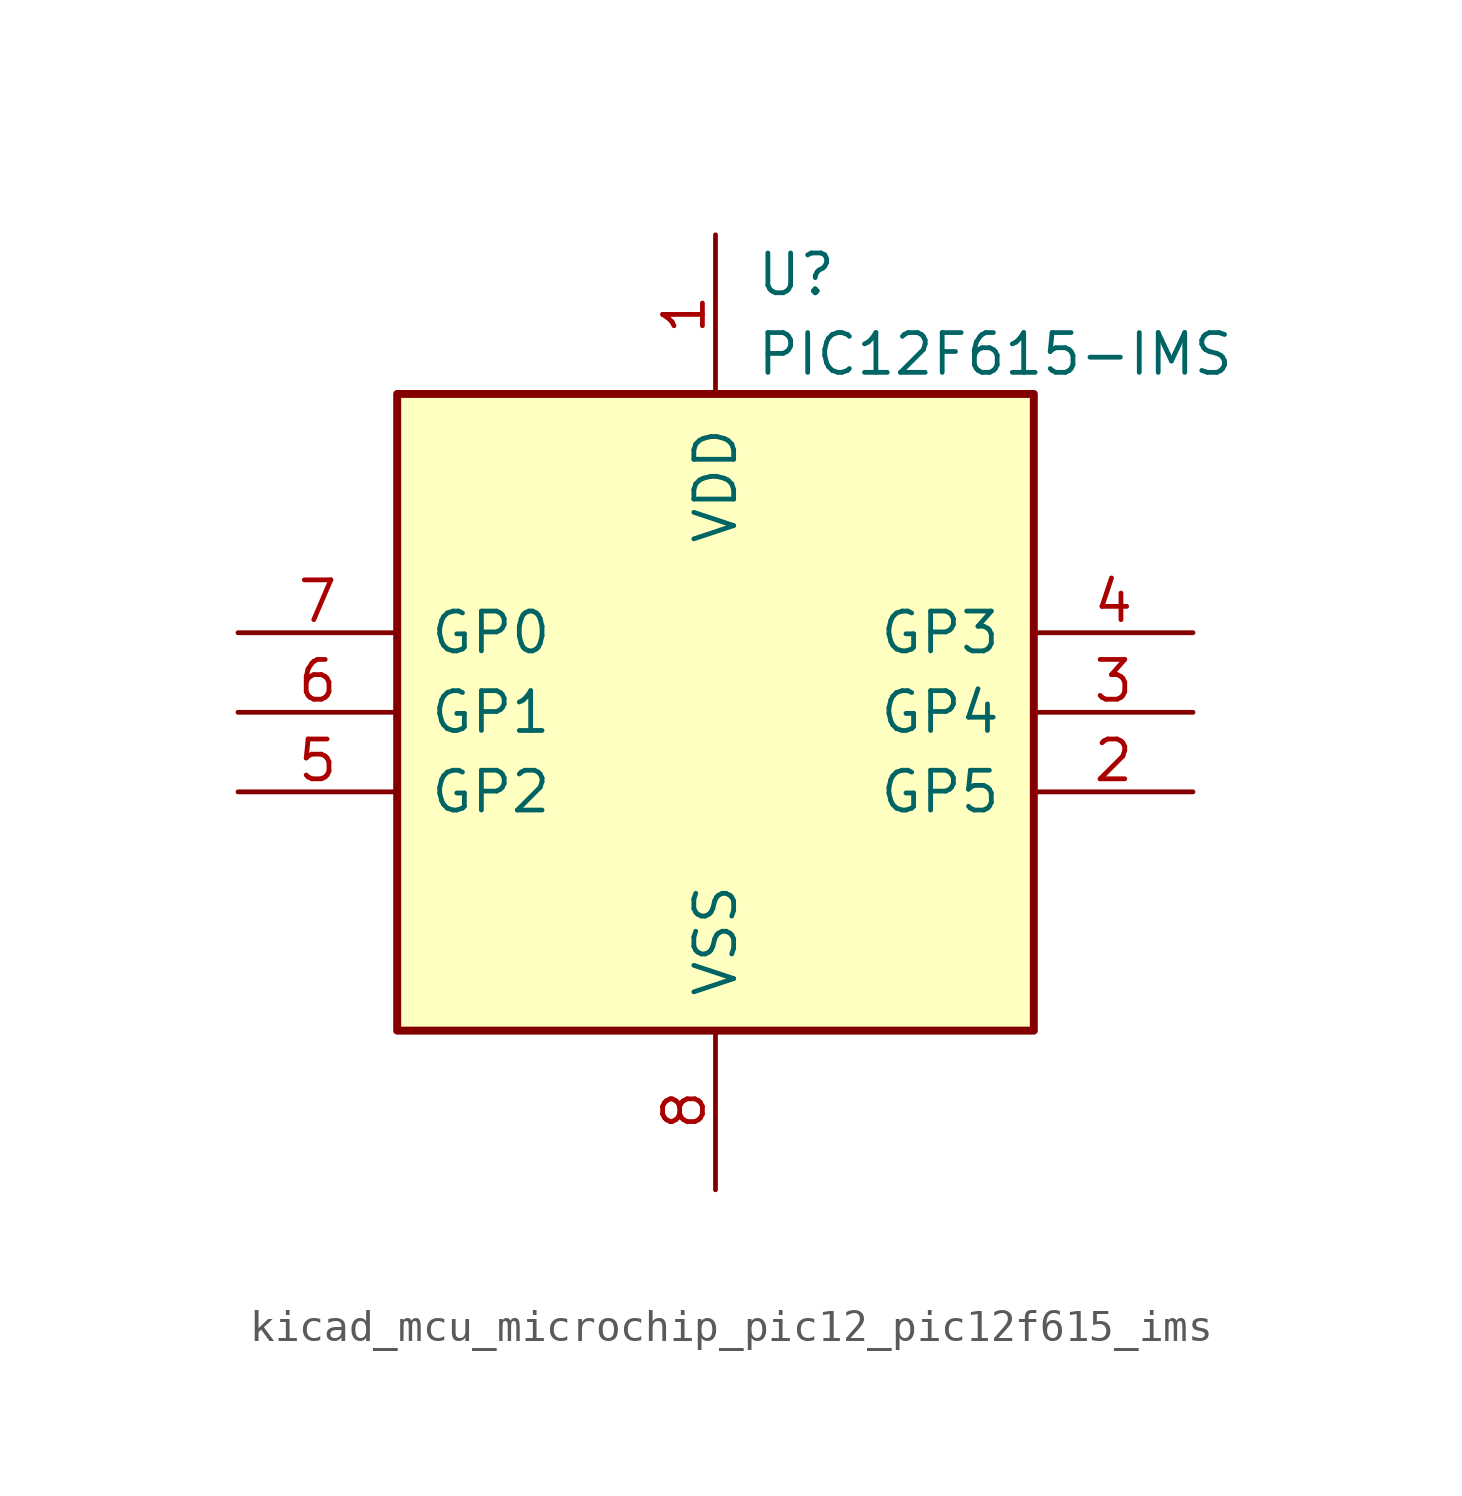
<source format=kicad_sym>
(kicad_symbol_lib
  (version 20220914)
  (generator kicad_symbol_editor)
  (symbol "kicad_mcu_microchip_pic12_pic12f615_ims"
    (pin_names
      (offset 1.016))
    (property "Reference" "U"
      (at 1.27 13.97 0)
      (effects (font (size 1.27 1.27)) (justify left)))
    (property "Value" "PIC12F615-IMS"
      (at 1.27 11.43 0)
      (effects (font (size 1.27 1.27)) (justify left)))
    (symbol "kicad_mcu_microchip_pic12_pic12f615_ims_0_1"
      (rectangle (start 10.16 -10.16) (end -10.16 10.16) (stroke (width 0.254) (type default)) (fill (type background))))
    (symbol "kicad_mcu_microchip_pic12_pic12f615_ims_1_1"
      (pin power_in line (at 0 15.24 270) (length 5.08) (name "VDD" (effects (font (size 1.27 1.27)))) (number "1" (effects (font (size 1.27 1.27)))))
      (pin bidirectional line (at 15.24 -2.54 180) (length 5.08) (name "GP5" (effects (font (size 1.27 1.27)))) (number "2" (effects (font (size 1.27 1.27)))))
      (pin bidirectional line (at 15.24 0 180) (length 5.08) (name "GP4" (effects (font (size 1.27 1.27)))) (number "3" (effects (font (size 1.27 1.27)))))
      (pin input line (at 15.24 2.54 180) (length 5.08) (name "GP3" (effects (font (size 1.27 1.27)))) (number "4" (effects (font (size 1.27 1.27)))))
      (pin bidirectional line (at -15.24 -2.54 0) (length 5.08) (name "GP2" (effects (font (size 1.27 1.27)))) (number "5" (effects (font (size 1.27 1.27)))))
      (pin bidirectional line (at -15.24 0 0) (length 5.08) (name "GP1" (effects (font (size 1.27 1.27)))) (number "6" (effects (font (size 1.27 1.27)))))
      (pin bidirectional line (at -15.24 2.54 0) (length 5.08) (name "GP0" (effects (font (size 1.27 1.27)))) (number "7" (effects (font (size 1.27 1.27)))))
      (pin power_in line (at 0 -15.24 90) (length 5.08) (name "VSS" (effects (font (size 1.27 1.27)))) (number "8" (effects (font (size 1.27 1.27))))))))
</source>
